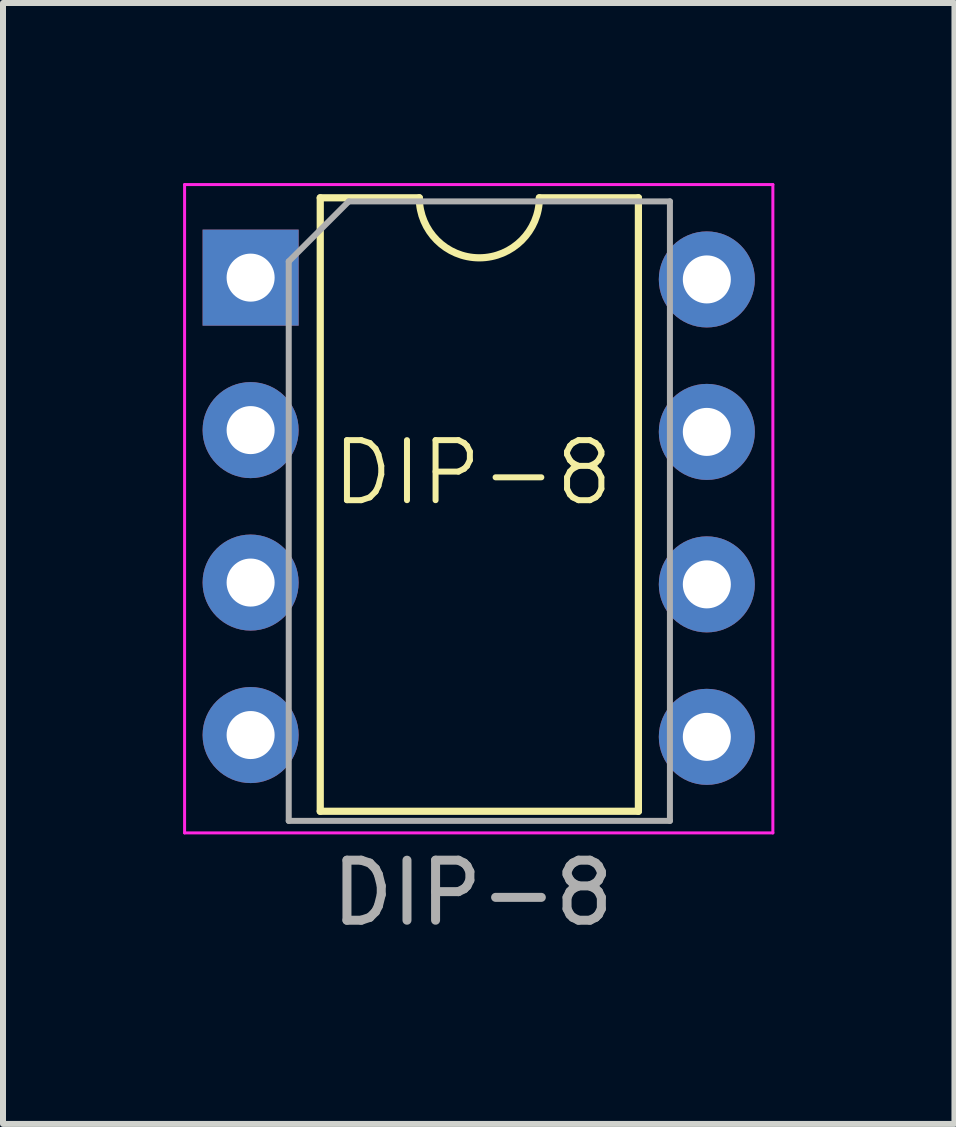
<source format=kicad_pcb>
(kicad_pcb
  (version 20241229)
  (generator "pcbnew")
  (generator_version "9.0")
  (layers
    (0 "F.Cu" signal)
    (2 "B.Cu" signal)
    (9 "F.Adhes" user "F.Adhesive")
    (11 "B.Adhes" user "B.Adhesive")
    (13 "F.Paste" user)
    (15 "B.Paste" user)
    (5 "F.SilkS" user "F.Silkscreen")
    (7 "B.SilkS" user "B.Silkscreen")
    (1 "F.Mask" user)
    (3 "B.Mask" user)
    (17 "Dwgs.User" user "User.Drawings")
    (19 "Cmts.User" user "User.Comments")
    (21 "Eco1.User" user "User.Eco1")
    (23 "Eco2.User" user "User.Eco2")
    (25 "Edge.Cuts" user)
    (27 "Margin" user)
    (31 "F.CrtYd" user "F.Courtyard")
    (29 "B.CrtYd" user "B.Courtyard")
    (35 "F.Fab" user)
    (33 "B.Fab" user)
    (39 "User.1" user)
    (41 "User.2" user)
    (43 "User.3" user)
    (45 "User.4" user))
  (footprint "DIP-8"
    (layer "F.Cu")
    (at 4.825 4.825)
    (property "Reference" "DIP-8" (at 0 0 0) (unlocked yes) (layer "F.SilkS") (effects (font (size 1 1) (thickness 0.1))))
    (attr through_hole)
    (fp_line (start -2.54 -4.58) (end -2.54 5.64) (stroke (width 0.12) (type solid)) (layer "F.SilkS"))
    (fp_line (start -2.54 5.64) (end 2.76 5.64) (stroke (width 0.12) (type solid)) (layer "F.SilkS"))
    (fp_line (start -0.89 -4.58) (end -2.54 -4.58) (stroke (width 0.12) (type solid)) (layer "F.SilkS"))
    (fp_line (start 2.76 -4.58) (end 1.11 -4.58) (stroke (width 0.12) (type solid)) (layer "F.SilkS"))
    (fp_line (start 2.76 5.64) (end 2.76 -4.58) (stroke (width 0.12) (type solid)) (layer "F.SilkS"))
    (fp_arc (start 1.11 -4.58) (mid 0.11 -3.58) (end -0.89 -4.58) (stroke (width 0.12) (type solid)) (layer "F.SilkS"))
    (fp_line (start -4.8 -4.8) (end -4.8 6) (stroke (width 0.05) (type solid)) (layer "F.CrtYd"))
    (fp_line (start -4.8 6) (end 5 6) (stroke (width 0.05) (type solid)) (layer "F.CrtYd"))
    (fp_line (start 5 -4.8) (end -4.8 -4.8) (stroke (width 0.05) (type solid)) (layer "F.CrtYd"))
    (fp_line (start 5 6) (end 5 -4.8) (stroke (width 0.05) (type solid)) (layer "F.CrtYd"))
    (fp_line (start -3.065 -3.52) (end -2.065 -4.52) (stroke (width 0.1) (type solid)) (layer "F.Fab"))
    (fp_line (start -3.065 5.8) (end -3.065 -3.52) (stroke (width 0.1) (type solid)) (layer "F.Fab"))
    (fp_line (start -2.065 -4.52) (end 3.285 -4.52) (stroke (width 0.1) (type solid)) (layer "F.Fab"))
    (fp_line (start 3.285 -4.52) (end 3.285 5.8) (stroke (width 0.1) (type solid)) (layer "F.Fab"))
    (fp_line (start 3.285 5.8) (end -3.065 5.8) (stroke (width 0.1) (type solid)) (layer "F.Fab"))
    (fp_text user "${REFERENCE}" (at 0 7 0) (unlocked yes) (layer "F.Fab") (effects (font (size 1 1) (thickness 0.15))))
    (pad "1" thru_hole rect (at -3.7 -3.25) (size 1.6 1.6) (drill 0.8) (layers "*.Cu" "*.Mask"))
    (pad "2" thru_hole oval (at -3.7 -0.71) (size 1.6 1.6) (drill 0.8) (layers "*.Cu" "*.Mask"))
    (pad "3" thru_hole oval (at -3.7 1.83) (size 1.6 1.6) (drill 0.8) (layers "*.Cu" "*.Mask"))
    (pad "4" thru_hole oval (at -3.7 4.37) (size 1.6 1.6) (drill 0.8) (layers "*.Cu" "*.Mask"))
    (pad "5" thru_hole oval (at 3.9 4.4 180) (size 1.6 1.6) (drill 0.8) (layers "*.Cu" "*.Mask"))
    (pad "6" thru_hole oval (at 3.9 1.86 180) (size 1.6 1.6) (drill 0.8) (layers "*.Cu" "*.Mask"))
    (pad "7" thru_hole oval (at 3.9 -0.68 180) (size 1.6 1.6) (drill 0.8) (layers "*.Cu" "*.Mask"))
    (pad "8" thru_hole oval (at 3.9 -3.22 180) (size 1.6 1.6) (drill 0.8) (layers "*.Cu" "*.Mask")))
  (gr_rect
    (start -3 -3)
    (end 12.85 15.673)
    (stroke (width 0.1) (type default))
    (fill no)
    (layer "Edge.Cuts")))
</source>
